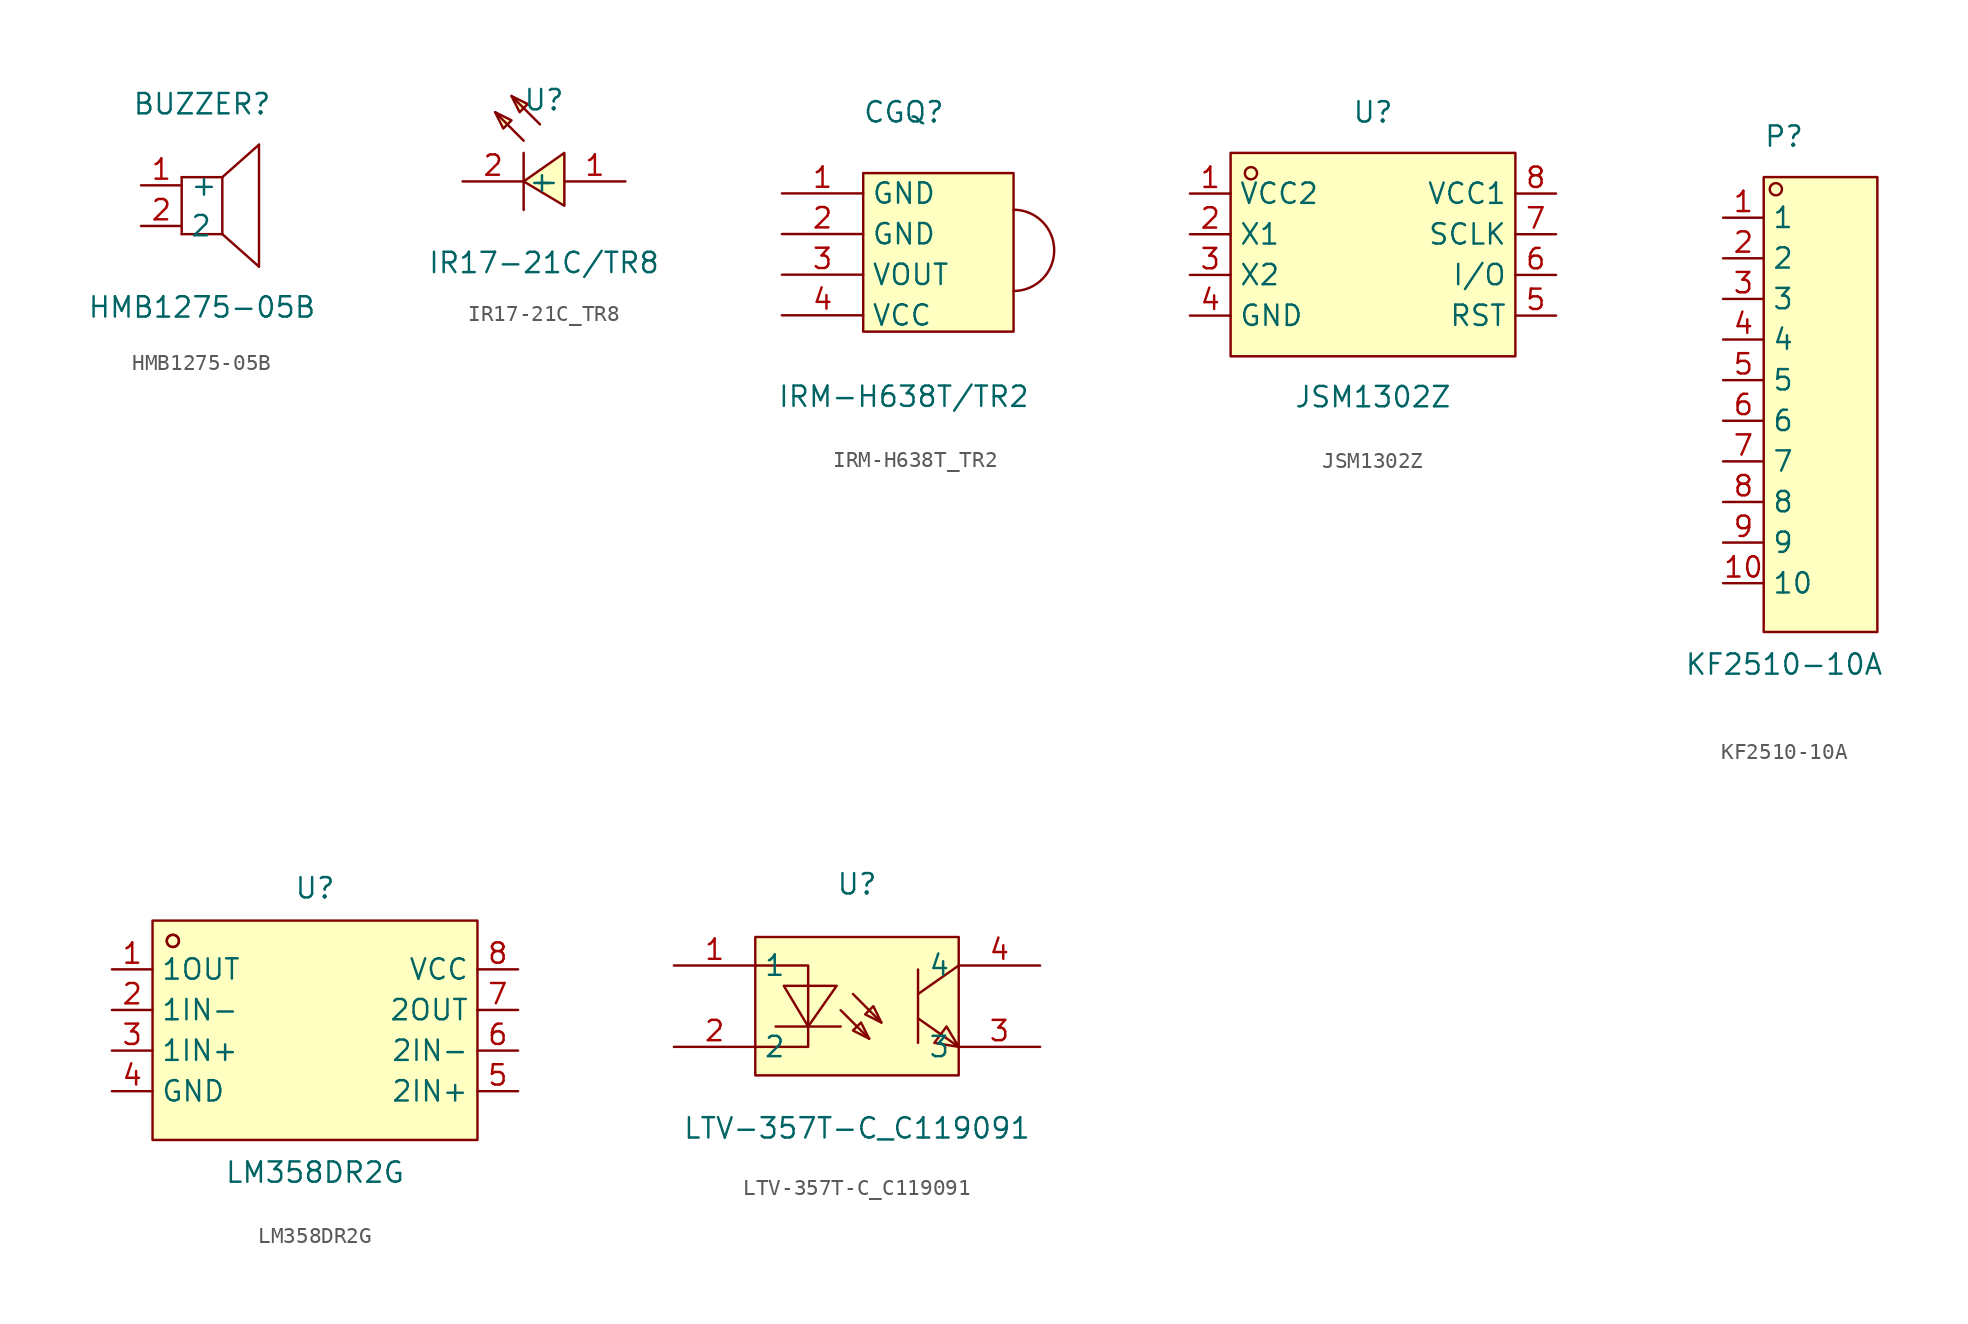
<source format=kicad_sym>
(kicad_symbol_lib
  (version 20211014)
  (generator https://github.com/uPesy/easyeda2kicad.py)
  (symbol "HMB1275-05B"
    (property "Reference" "BUZZER"
      (at 0 6.35 0)
      (effects (font (size 1.27 1.27))))
    (property "Value" "HMB1275-05B"
      (at 0 -6.35 0)
      (effects (font (size 1.27 1.27))))
    (symbol "HMB1275-05B_0_1"
      (polyline (pts (xy 3.56 3.81) (xy 1.27 1.78)) (stroke (width 0) (type default) (color 0 0 0 0)) (fill (type none)))
      (polyline (pts (xy 1.27 -1.78) (xy 3.56 -3.81)) (stroke (width 0) (type default) (color 0 0 0 0)) (fill (type none)))
      (polyline (pts (xy 3.56 3.81) (xy 3.56 -3.81)) (stroke (width 0) (type default) (color 0 0 0 0)) (fill (type none)))
      (polyline (pts (xy 1.27 1.78) (xy 1.27 -1.78)) (stroke (width 0) (type default) (color 0 0 0 0)) (fill (type none)))
      (polyline (pts (xy -1.27 1.78) (xy -1.27 -1.78)) (stroke (width 0) (type default) (color 0 0 0 0)) (fill (type none)))
      (polyline (pts (xy -1.27 -1.78) (xy 1.27 -1.78)) (stroke (width 0) (type default) (color 0 0 0 0)) (fill (type none)))
      (polyline (pts (xy -1.27 1.78) (xy 1.27 1.78)) (stroke (width 0) (type default) (color 0 0 0 0)) (fill (type none)))
      (pin unspecified line (at -3.81 1.27 0) (length 2.54) (name "+" (effects (font (size 1.27 1.27)))) (number "1" (effects (font (size 1.27 1.27)))))
      (pin unspecified line (at -3.81 -1.27 0) (length 2.54) (name "2" (effects (font (size 1.27 1.27)))) (number "2" (effects (font (size 1.27 1.27)))))))
  (symbol "IR17-21C_TR8"
    (property "Reference" "U"
      (at 0 5.08 0)
      (effects (font (size 1.27 1.27))))
    (property "Value" "IR17-21C/TR8"
      (at 0 -5.08 0)
      (effects (font (size 1.27 1.27))))
    (symbol "IR17-21C_TR8_0_1"
      (polyline (pts (xy 1.27 -1.52) (xy -1.27 -0.00) (xy 1.27 1.78) (xy 1.27 -1.52)) (stroke (width 0) (type default) (color 0 0 0 0)) (fill (type background)))
      (polyline (pts (xy -1.27 2.54) (xy -3.05 4.32)) (stroke (width 0) (type default) (color 0 0 0 0)) (fill (type none)))
      (polyline (pts (xy -0.25 3.56) (xy -2.03 5.33)) (stroke (width 0) (type default) (color 0 0 0 0)) (fill (type none)))
      (polyline (pts (xy -1.27 -1.78) (xy -1.27 1.78)) (stroke (width 0) (type default) (color 0 0 0 0)) (fill (type none)))
      (polyline (pts (xy -3.05 4.32) (xy -2.03 3.81) (xy -2.54 3.30) (xy -3.05 4.32)) (stroke (width 0) (type default) (color 0 0 0 0)) (fill (type background)))
      (polyline (pts (xy -2.03 5.33) (xy -1.02 4.83) (xy -1.52 4.32) (xy -2.03 5.33)) (stroke (width 0) (type default) (color 0 0 0 0)) (fill (type background)))
      (pin unspecified line (at 5.08 -0.00 180) (length 3.81) (name "+" (effects (font (size 1.27 1.27)))) (number "1" (effects (font (size 1.27 1.27)))))
      (pin unspecified line (at -5.08 -0.00 0) (length 3.81) (name "-" (effects (font (size 1.27 1.27)))) (number "2" (effects (font (size 1.27 1.27)))))))
  (symbol "IRM-H638T_TR2"
    (property "Reference" "CGQ"
      (at 0 8.89 0)
      (effects (font (size 1.27 1.27))))
    (property "Value" "IRM-H638T/TR2"
      (at 0 -8.89 0)
      (effects (font (size 1.27 1.27))))
    (symbol "IRM-H638T_TR2_0_1"
      (rectangle (start -2.54 5.08) (end 6.86 -4.83) (stroke (width 0) (type default) (color 0 0 0 0)) (fill (type background)))
      (arc (start 6.86 -2.29) (mid 4.55 1.31) (end 6.86 2.79) (stroke (width 0) (type default) (color 0 0 0 0)) (fill (type none)))
      (pin input line (at -7.62 3.81 0) (length 5.08) (name "GND" (effects (font (size 1.27 1.27)))) (number "1" (effects (font (size 1.27 1.27)))))
      (pin input line (at -7.62 1.27 0) (length 5.08) (name "GND" (effects (font (size 1.27 1.27)))) (number "2" (effects (font (size 1.27 1.27)))))
      (pin input line (at -7.62 -1.27 0) (length 5.08) (name "VOUT" (effects (font (size 1.27 1.27)))) (number "3" (effects (font (size 1.27 1.27)))))
      (pin input line (at -7.62 -3.81 0) (length 5.08) (name "VCC" (effects (font (size 1.27 1.27)))) (number "4" (effects (font (size 1.27 1.27)))))))
  (symbol "JSM1302Z"
    (property "Reference" "U"
      (at 0 8.89 0)
      (effects (font (size 1.27 1.27))))
    (property "Value" "JSM1302Z"
      (at 0 -8.89 0)
      (effects (font (size 1.27 1.27))))
    (symbol "JSM1302Z_0_1"
      (rectangle (start -8.89 6.35) (end 8.89 -6.35) (stroke (width 0) (type default) (color 0 0 0 0)) (fill (type background)))
      (circle (center -7.62 5.08) (radius 0.38) (stroke (width 0) (type default) (color 0 0 0 0)) (fill (type none)))
      (pin unspecified line (at -11.43 3.81 0) (length 2.54) (name "VCC2" (effects (font (size 1.27 1.27)))) (number "1" (effects (font (size 1.27 1.27)))))
      (pin unspecified line (at -11.43 1.27 0) (length 2.54) (name "X1" (effects (font (size 1.27 1.27)))) (number "2" (effects (font (size 1.27 1.27)))))
      (pin unspecified line (at -11.43 -1.27 0) (length 2.54) (name "X2" (effects (font (size 1.27 1.27)))) (number "3" (effects (font (size 1.27 1.27)))))
      (pin unspecified line (at -11.43 -3.81 0) (length 2.54) (name "GND" (effects (font (size 1.27 1.27)))) (number "4" (effects (font (size 1.27 1.27)))))
      (pin unspecified line (at 11.43 -3.81 180) (length 2.54) (name "RST" (effects (font (size 1.27 1.27)))) (number "5" (effects (font (size 1.27 1.27)))))
      (pin unspecified line (at 11.43 -1.27 180) (length 2.54) (name "I/O" (effects (font (size 1.27 1.27)))) (number "6" (effects (font (size 1.27 1.27)))))
      (pin unspecified line (at 11.43 1.27 180) (length 2.54) (name "SCLK" (effects (font (size 1.27 1.27)))) (number "7" (effects (font (size 1.27 1.27)))))
      (pin unspecified line (at 11.43 3.81 180) (length 2.54) (name "VCC1" (effects (font (size 1.27 1.27)))) (number "8" (effects (font (size 1.27 1.27)))))))
  (symbol "KF2510-10A"
    (property "Reference" "P"
      (at 0 16.51 0)
      (effects (font (size 1.27 1.27))))
    (property "Value" "KF2510-10A"
      (at 0 -16.51 0)
      (effects (font (size 1.27 1.27))))
    (symbol "KF2510-10A_0_1"
      (rectangle (start -1.27 13.97) (end 5.84 -14.48) (stroke (width 0) (type default) (color 0 0 0 0)) (fill (type background)))
      (circle (center -0.51 13.21) (radius 0.38) (stroke (width 0) (type default) (color 0 0 0 0)) (fill (type none)))
      (pin unspecified line (at -3.81 11.43 0) (length 2.54) (name "1" (effects (font (size 1.27 1.27)))) (number "1" (effects (font (size 1.27 1.27)))))
      (pin unspecified line (at -3.81 8.89 0) (length 2.54) (name "2" (effects (font (size 1.27 1.27)))) (number "2" (effects (font (size 1.27 1.27)))))
      (pin unspecified line (at -3.81 6.35 0) (length 2.54) (name "3" (effects (font (size 1.27 1.27)))) (number "3" (effects (font (size 1.27 1.27)))))
      (pin unspecified line (at -3.81 3.81 0) (length 2.54) (name "4" (effects (font (size 1.27 1.27)))) (number "4" (effects (font (size 1.27 1.27)))))
      (pin unspecified line (at -3.81 1.27 0) (length 2.54) (name "5" (effects (font (size 1.27 1.27)))) (number "5" (effects (font (size 1.27 1.27)))))
      (pin unspecified line (at -3.81 -1.27 0) (length 2.54) (name "6" (effects (font (size 1.27 1.27)))) (number "6" (effects (font (size 1.27 1.27)))))
      (pin unspecified line (at -3.81 -3.81 0) (length 2.54) (name "7" (effects (font (size 1.27 1.27)))) (number "7" (effects (font (size 1.27 1.27)))))
      (pin unspecified line (at -3.81 -6.35 0) (length 2.54) (name "8" (effects (font (size 1.27 1.27)))) (number "8" (effects (font (size 1.27 1.27)))))
      (pin unspecified line (at -3.81 -8.89 0) (length 2.54) (name "9" (effects (font (size 1.27 1.27)))) (number "9" (effects (font (size 1.27 1.27)))))
      (pin unspecified line (at -3.81 -11.43 0) (length 2.54) (name "10" (effects (font (size 1.27 1.27)))) (number "10" (effects (font (size 1.27 1.27)))))))
  (symbol "LM358DR2G"
    (property "Reference" "U"
      (at 0 8.89 0)
      (effects (font (size 1.27 1.27))))
    (property "Value" "LM358DR2G"
      (at 0 -8.89 0)
      (effects (font (size 1.27 1.27))))
    (symbol "LM358DR2G_0_1"
      (rectangle (start -10.16 6.86) (end 10.16 -6.86) (stroke (width 0) (type default) (color 0 0 0 0)) (fill (type background)))
      (circle (center -8.89 5.59) (radius 0.38) (stroke (width 0) (type default) (color 0 0 0 0)) (fill (type none)))
      (circle (center -8.89 5.59) (radius 0.38) (stroke (width 0) (type default) (color 0 0 0 0)) (fill (type none)))
      (pin unspecified line (at -12.70 3.81 0) (length 2.54) (name "1OUT" (effects (font (size 1.27 1.27)))) (number "1" (effects (font (size 1.27 1.27)))))
      (pin unspecified line (at -12.70 1.27 0) (length 2.54) (name "1IN-" (effects (font (size 1.27 1.27)))) (number "2" (effects (font (size 1.27 1.27)))))
      (pin unspecified line (at -12.70 -1.27 0) (length 2.54) (name "1IN+" (effects (font (size 1.27 1.27)))) (number "3" (effects (font (size 1.27 1.27)))))
      (pin unspecified line (at -12.70 -3.81 0) (length 2.54) (name "GND" (effects (font (size 1.27 1.27)))) (number "4" (effects (font (size 1.27 1.27)))))
      (pin unspecified line (at 12.70 -3.81 180) (length 2.54) (name "2IN+" (effects (font (size 1.27 1.27)))) (number "5" (effects (font (size 1.27 1.27)))))
      (pin unspecified line (at 12.70 -1.27 180) (length 2.54) (name "2IN-" (effects (font (size 1.27 1.27)))) (number "6" (effects (font (size 1.27 1.27)))))
      (pin unspecified line (at 12.70 1.27 180) (length 2.54) (name "2OUT" (effects (font (size 1.27 1.27)))) (number "7" (effects (font (size 1.27 1.27)))))
      (pin unspecified line (at 12.70 3.81 180) (length 2.54) (name "VCC" (effects (font (size 1.27 1.27)))) (number "8" (effects (font (size 1.27 1.27)))))))
  (symbol "LTV-357T-C_C119091"
    (property "Reference" "U"
      (at 0 7.62 0)
      (effects (font (size 1.27 1.27))))
    (property "Value" "LTV-357T-C_C119091"
      (at 0 -7.62 0)
      (effects (font (size 1.27 1.27))))
    (symbol "LTV-357T-C_C119091_0_1"
      (rectangle (start -6.35 4.32) (end 6.35 -4.32) (stroke (width 0) (type default) (color 0 0 0 0)) (fill (type background)))
      (polyline (pts (xy 0.76 -2.03) (xy 0.25 -1.02) (xy -0.25 -1.52) (xy 0.76 -2.03)) (stroke (width 0) (type default) (color 0 0 0 0)) (fill (type background)))
      (polyline (pts (xy 1.52 -1.02) (xy 1.02 -0.00) (xy 0.51 -0.51) (xy 1.52 -1.02)) (stroke (width 0) (type default) (color 0 0 0 0)) (fill (type background)))
      (polyline (pts (xy -4.57 1.27) (xy -3.05 -1.27) (xy -1.27 1.27) (xy -4.57 1.27)) (stroke (width 0) (type default) (color 0 0 0 0)) (fill (type background)))
      (polyline (pts (xy 6.35 2.54) (xy 3.81 0.76)) (stroke (width 0) (type default) (color 0 0 0 0)) (fill (type none)))
      (polyline (pts (xy 3.81 -0.76) (xy 6.35 -2.54)) (stroke (width 0) (type default) (color 0 0 0 0)) (fill (type none)))
      (polyline (pts (xy 3.81 2.29) (xy 3.81 -2.29)) (stroke (width 0) (type default) (color 0 0 0 0)) (fill (type none)))
      (polyline (pts (xy -1.02 -0.25) (xy 0.76 -2.03)) (stroke (width 0) (type default) (color 0 0 0 0)) (fill (type none)))
      (polyline (pts (xy -0.25 0.76) (xy 1.52 -1.02)) (stroke (width 0) (type default) (color 0 0 0 0)) (fill (type none)))
      (polyline (pts (xy -1.02 -1.27) (xy -5.08 -1.27)) (stroke (width 0) (type default) (color 0 0 0 0)) (fill (type none)))
      (polyline (pts (xy -6.35 2.54) (xy -3.05 2.54) (xy -3.05 -2.54) (xy -6.35 -2.54)) (stroke (width 0) (type default) (color 0 0 0 0)) (fill (type none)))
      (polyline (pts (xy 6.35 -2.54) (xy 5.59 -1.27) (xy 4.83 -2.29) (xy 6.35 -2.54)) (stroke (width 0) (type default) (color 0 0 0 0)) (fill (type background)))
      (pin unspecified line (at -11.43 2.54 0) (length 5.08) (name "1" (effects (font (size 1.27 1.27)))) (number "1" (effects (font (size 1.27 1.27)))))
      (pin unspecified line (at -11.43 -2.54 0) (length 5.08) (name "2" (effects (font (size 1.27 1.27)))) (number "2" (effects (font (size 1.27 1.27)))))
      (pin unspecified line (at 11.43 -2.54 180) (length 5.08) (name "3" (effects (font (size 1.27 1.27)))) (number "3" (effects (font (size 1.27 1.27)))))
      (pin unspecified line (at 11.43 2.54 180) (length 5.08) (name "4" (effects (font (size 1.27 1.27)))) (number "4" (effects (font (size 1.27 1.27))))))))
</source>
